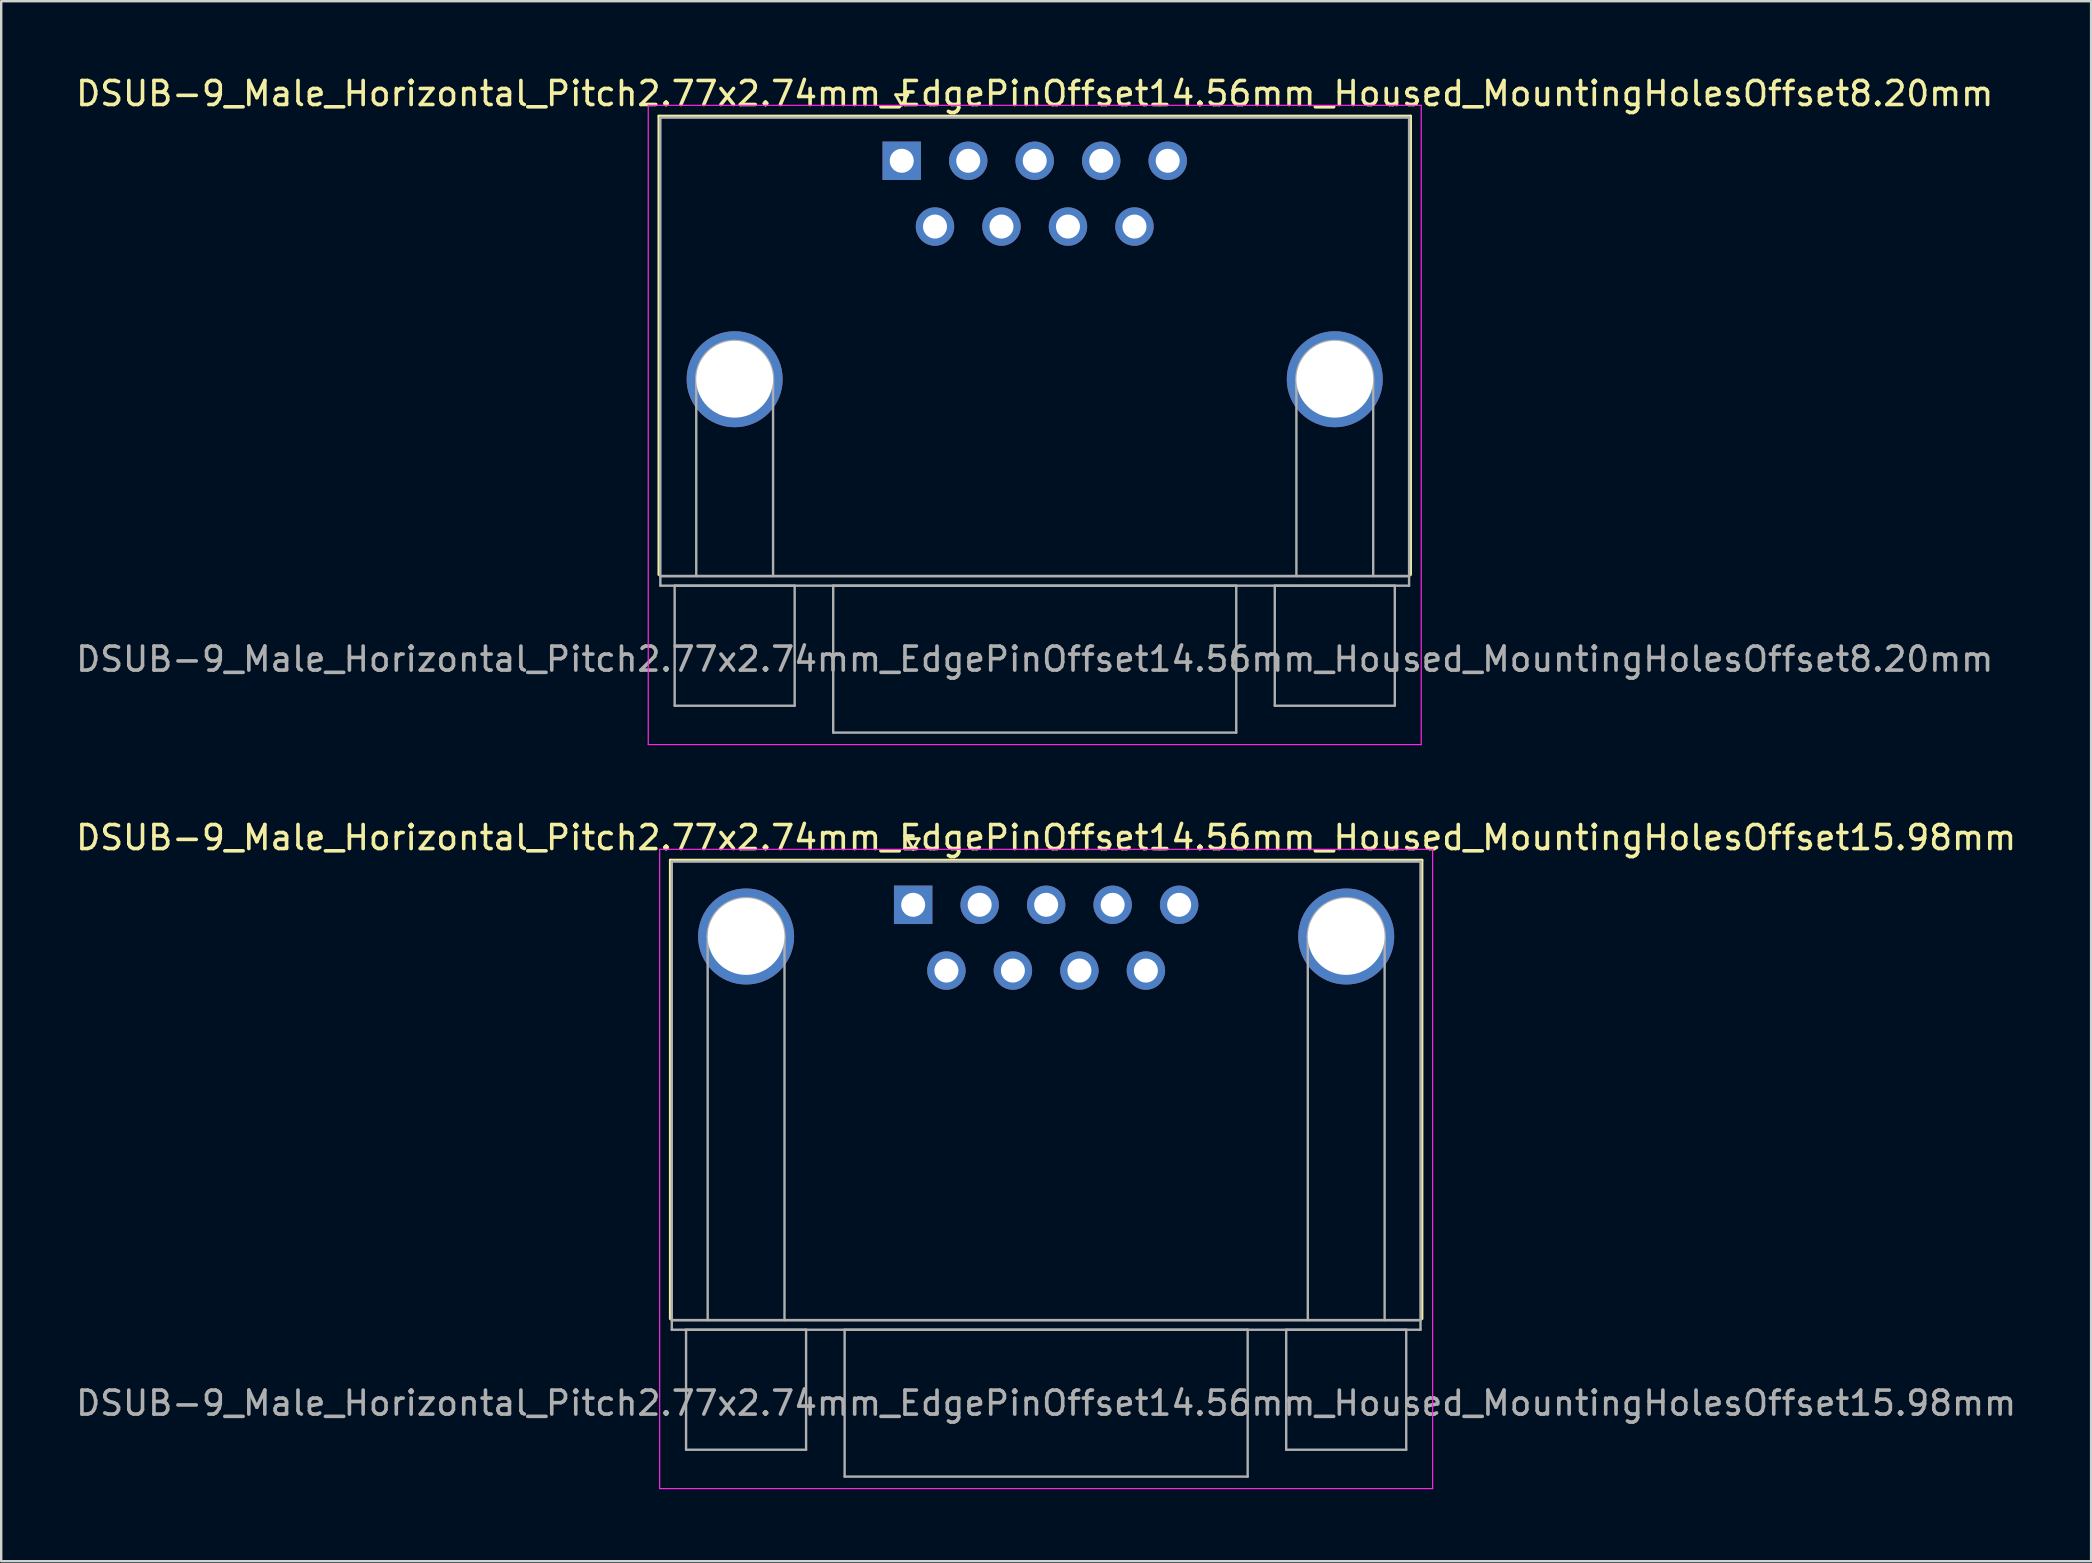
<source format=kicad_pcb>
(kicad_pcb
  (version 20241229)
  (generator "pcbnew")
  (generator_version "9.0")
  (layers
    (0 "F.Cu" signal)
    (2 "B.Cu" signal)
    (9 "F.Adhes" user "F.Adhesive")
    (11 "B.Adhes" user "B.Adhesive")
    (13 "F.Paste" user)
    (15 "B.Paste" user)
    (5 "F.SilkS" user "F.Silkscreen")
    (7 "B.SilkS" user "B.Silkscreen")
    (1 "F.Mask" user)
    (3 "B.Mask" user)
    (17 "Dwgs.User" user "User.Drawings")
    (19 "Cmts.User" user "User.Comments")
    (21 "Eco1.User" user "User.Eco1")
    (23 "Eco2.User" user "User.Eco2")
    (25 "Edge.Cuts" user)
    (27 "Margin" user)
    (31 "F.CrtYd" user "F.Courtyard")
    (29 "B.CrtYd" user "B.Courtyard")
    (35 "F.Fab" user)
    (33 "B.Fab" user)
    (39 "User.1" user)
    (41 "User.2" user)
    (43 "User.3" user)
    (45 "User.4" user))
  (footprint "DSUB-9_Male_Horizontal_Pitch2.77x2.74mm_EdgePinOffset14.56mm_Housed_MountingHolesOffset8.20mm"
    (layer "F.Cu")
    (at 34.514 3.648)
    (property "Reference" "DSUB-9_Male_Horizontal_Pitch2.77x2.74mm_EdgePinOffset14.56mm_Housed_MountingHolesOffset8.20mm" (at 5.54 -2.8 0) (layer "F.SilkS") (effects (font (size 1 1) (thickness 0.15))))
    (attr through_hole)
    (fp_line (start -10.115 -1.86) (end 21.195 -1.86) (stroke (width 0.12) (type solid)) (layer "F.SilkS"))
    (fp_line (start -10.115 17.24) (end -10.115 -1.86) (stroke (width 0.12) (type solid)) (layer "F.SilkS"))
    (fp_line (start -0.25 -2.754) (end 0.25 -2.754) (stroke (width 0.12) (type solid)) (layer "F.SilkS"))
    (fp_line (start 0 -2.321) (end -0.25 -2.754) (stroke (width 0.12) (type solid)) (layer "F.SilkS"))
    (fp_line (start 0.25 -2.754) (end 0 -2.321) (stroke (width 0.12) (type solid)) (layer "F.SilkS"))
    (fp_line (start 21.195 -1.86) (end 21.195 17.24) (stroke (width 0.12) (type solid)) (layer "F.SilkS"))
    (fp_line (start -10.56 -2.31) (end -10.56 24.32) (stroke (width 0.05) (type solid)) (layer "F.CrtYd"))
    (fp_line (start -10.56 24.32) (end 21.64 24.32) (stroke (width 0.05) (type solid)) (layer "F.CrtYd"))
    (fp_line (start 21.64 -2.31) (end -10.56 -2.31) (stroke (width 0.05) (type solid)) (layer "F.CrtYd"))
    (fp_line (start 21.64 24.32) (end 21.64 -2.31) (stroke (width 0.05) (type solid)) (layer "F.CrtYd"))
    (fp_line (start -10.055 -1.8) (end -10.055 17.3) (stroke (width 0.1) (type solid)) (layer "F.Fab"))
    (fp_line (start -10.055 17.3) (end -10.055 17.7) (stroke (width 0.1) (type solid)) (layer "F.Fab"))
    (fp_line (start -10.055 17.3) (end 21.135 17.3) (stroke (width 0.1) (type solid)) (layer "F.Fab"))
    (fp_line (start -10.055 17.7) (end 21.135 17.7) (stroke (width 0.1) (type solid)) (layer "F.Fab"))
    (fp_line (start -9.46 17.7) (end -9.46 22.7) (stroke (width 0.1) (type solid)) (layer "F.Fab"))
    (fp_line (start -9.46 22.7) (end -4.46 22.7) (stroke (width 0.1) (type solid)) (layer "F.Fab"))
    (fp_line (start -8.56 17.3) (end -8.56 9.1) (stroke (width 0.1) (type solid)) (layer "F.Fab"))
    (fp_line (start -5.36 17.3) (end -5.36 9.1) (stroke (width 0.1) (type solid)) (layer "F.Fab"))
    (fp_line (start -4.46 17.7) (end -9.46 17.7) (stroke (width 0.1) (type solid)) (layer "F.Fab"))
    (fp_line (start -4.46 22.7) (end -4.46 17.7) (stroke (width 0.1) (type solid)) (layer "F.Fab"))
    (fp_line (start -2.855 17.7) (end -2.855 23.82) (stroke (width 0.1) (type solid)) (layer "F.Fab"))
    (fp_line (start -2.855 23.82) (end 13.935 23.82) (stroke (width 0.1) (type solid)) (layer "F.Fab"))
    (fp_line (start 13.935 17.7) (end -2.855 17.7) (stroke (width 0.1) (type solid)) (layer "F.Fab"))
    (fp_line (start 13.935 23.82) (end 13.935 17.7) (stroke (width 0.1) (type solid)) (layer "F.Fab"))
    (fp_line (start 15.54 17.7) (end 15.54 22.7) (stroke (width 0.1) (type solid)) (layer "F.Fab"))
    (fp_line (start 15.54 22.7) (end 20.54 22.7) (stroke (width 0.1) (type solid)) (layer "F.Fab"))
    (fp_line (start 16.44 17.3) (end 16.44 9.1) (stroke (width 0.1) (type solid)) (layer "F.Fab"))
    (fp_line (start 19.64 17.3) (end 19.64 9.1) (stroke (width 0.1) (type solid)) (layer "F.Fab"))
    (fp_line (start 20.54 17.7) (end 15.54 17.7) (stroke (width 0.1) (type solid)) (layer "F.Fab"))
    (fp_line (start 20.54 22.7) (end 20.54 17.7) (stroke (width 0.1) (type solid)) (layer "F.Fab"))
    (fp_line (start 21.135 -1.8) (end -10.055 -1.8) (stroke (width 0.1) (type solid)) (layer "F.Fab"))
    (fp_line (start 21.135 17.3) (end -10.055 17.3) (stroke (width 0.1) (type solid)) (layer "F.Fab"))
    (fp_line (start 21.135 17.3) (end 21.135 -1.8) (stroke (width 0.1) (type solid)) (layer "F.Fab"))
    (fp_line (start 21.135 17.7) (end 21.135 17.3) (stroke (width 0.1) (type solid)) (layer "F.Fab"))
    (fp_arc (start -8.56 9.1) (mid -6.96 7.5) (end -5.36 9.1) (stroke (width 0.1) (type solid)) (layer "F.Fab"))
    (fp_arc (start 16.44 9.1) (mid 18.04 7.5) (end 19.64 9.1) (stroke (width 0.1) (type solid)) (layer "F.Fab"))
    (fp_text user "${REFERENCE}" (at 5.54 20.76 0) (layer "F.Fab") (effects (font (size 1 1) (thickness 0.15))))
    (pad "0" thru_hole circle (at -6.96 9.1) (size 4 4) (drill 3.2) (layers "*.Cu" "*.Mask"))
    (pad "0" thru_hole circle (at 18.04 9.1) (size 4 4) (drill 3.2) (layers "*.Cu" "*.Mask"))
    (pad "1" thru_hole rect (at 0 0) (size 1.6 1.6) (drill 1) (layers "*.Cu" "*.Mask"))
    (pad "2" thru_hole circle (at 2.77 0) (size 1.6 1.6) (drill 1) (layers "*.Cu" "*.Mask"))
    (pad "3" thru_hole circle (at 5.54 0) (size 1.6 1.6) (drill 1) (layers "*.Cu" "*.Mask"))
    (pad "4" thru_hole circle (at 8.31 0) (size 1.6 1.6) (drill 1) (layers "*.Cu" "*.Mask"))
    (pad "5" thru_hole circle (at 11.08 0) (size 1.6 1.6) (drill 1) (layers "*.Cu" "*.Mask"))
    (pad "6" thru_hole circle (at 1.385 2.74) (size 1.6 1.6) (drill 1) (layers "*.Cu" "*.Mask"))
    (pad "7" thru_hole circle (at 4.155 2.74) (size 1.6 1.6) (drill 1) (layers "*.Cu" "*.Mask"))
    (pad "8" thru_hole circle (at 6.925 2.74) (size 1.6 1.6) (drill 1) (layers "*.Cu" "*.Mask"))
    (pad "9" thru_hole circle (at 9.695 2.74) (size 1.6 1.6) (drill 1) (layers "*.Cu" "*.Mask")))
  (footprint "DSUB-9_Male_Horizontal_Pitch2.77x2.74mm_EdgePinOffset14.56mm_Housed_MountingHolesOffset15.98mm"
    (layer "F.Cu")
    (at 34.99 34.642)
    (property "Reference" "DSUB-9_Male_Horizontal_Pitch2.77x2.74mm_EdgePinOffset14.56mm_Housed_MountingHolesOffset15.98mm" (at 5.54 -2.8 0) (layer "F.SilkS") (effects (font (size 1 1) (thickness 0.15))))
    (attr through_hole)
    (fp_line (start -10.115 -1.86) (end 21.195 -1.86) (stroke (width 0.12) (type solid)) (layer "F.SilkS"))
    (fp_line (start -10.115 17.24) (end -10.115 -1.86) (stroke (width 0.12) (type solid)) (layer "F.SilkS"))
    (fp_line (start -0.25 -2.754) (end 0.25 -2.754) (stroke (width 0.12) (type solid)) (layer "F.SilkS"))
    (fp_line (start 0 -2.321) (end -0.25 -2.754) (stroke (width 0.12) (type solid)) (layer "F.SilkS"))
    (fp_line (start 0.25 -2.754) (end 0 -2.321) (stroke (width 0.12) (type solid)) (layer "F.SilkS"))
    (fp_line (start 21.195 -1.86) (end 21.195 17.24) (stroke (width 0.12) (type solid)) (layer "F.SilkS"))
    (fp_line (start -10.56 -2.31) (end -10.56 24.32) (stroke (width 0.05) (type solid)) (layer "F.CrtYd"))
    (fp_line (start -10.56 24.32) (end 21.64 24.32) (stroke (width 0.05) (type solid)) (layer "F.CrtYd"))
    (fp_line (start 21.64 -2.31) (end -10.56 -2.31) (stroke (width 0.05) (type solid)) (layer "F.CrtYd"))
    (fp_line (start 21.64 24.32) (end 21.64 -2.31) (stroke (width 0.05) (type solid)) (layer "F.CrtYd"))
    (fp_line (start -10.055 -1.8) (end -10.055 17.3) (stroke (width 0.1) (type solid)) (layer "F.Fab"))
    (fp_line (start -10.055 17.3) (end -10.055 17.7) (stroke (width 0.1) (type solid)) (layer "F.Fab"))
    (fp_line (start -10.055 17.3) (end 21.135 17.3) (stroke (width 0.1) (type solid)) (layer "F.Fab"))
    (fp_line (start -10.055 17.7) (end 21.135 17.7) (stroke (width 0.1) (type solid)) (layer "F.Fab"))
    (fp_line (start -9.46 17.7) (end -9.46 22.7) (stroke (width 0.1) (type solid)) (layer "F.Fab"))
    (fp_line (start -9.46 22.7) (end -4.46 22.7) (stroke (width 0.1) (type solid)) (layer "F.Fab"))
    (fp_line (start -8.56 17.3) (end -8.56 1.32) (stroke (width 0.1) (type solid)) (layer "F.Fab"))
    (fp_line (start -5.36 17.3) (end -5.36 1.32) (stroke (width 0.1) (type solid)) (layer "F.Fab"))
    (fp_line (start -4.46 17.7) (end -9.46 17.7) (stroke (width 0.1) (type solid)) (layer "F.Fab"))
    (fp_line (start -4.46 22.7) (end -4.46 17.7) (stroke (width 0.1) (type solid)) (layer "F.Fab"))
    (fp_line (start -2.855 17.7) (end -2.855 23.82) (stroke (width 0.1) (type solid)) (layer "F.Fab"))
    (fp_line (start -2.855 23.82) (end 13.935 23.82) (stroke (width 0.1) (type solid)) (layer "F.Fab"))
    (fp_line (start 13.935 17.7) (end -2.855 17.7) (stroke (width 0.1) (type solid)) (layer "F.Fab"))
    (fp_line (start 13.935 23.82) (end 13.935 17.7) (stroke (width 0.1) (type solid)) (layer "F.Fab"))
    (fp_line (start 15.54 17.7) (end 15.54 22.7) (stroke (width 0.1) (type solid)) (layer "F.Fab"))
    (fp_line (start 15.54 22.7) (end 20.54 22.7) (stroke (width 0.1) (type solid)) (layer "F.Fab"))
    (fp_line (start 16.44 17.3) (end 16.44 1.32) (stroke (width 0.1) (type solid)) (layer "F.Fab"))
    (fp_line (start 19.64 17.3) (end 19.64 1.32) (stroke (width 0.1) (type solid)) (layer "F.Fab"))
    (fp_line (start 20.54 17.7) (end 15.54 17.7) (stroke (width 0.1) (type solid)) (layer "F.Fab"))
    (fp_line (start 20.54 22.7) (end 20.54 17.7) (stroke (width 0.1) (type solid)) (layer "F.Fab"))
    (fp_line (start 21.135 -1.8) (end -10.055 -1.8) (stroke (width 0.1) (type solid)) (layer "F.Fab"))
    (fp_line (start 21.135 17.3) (end -10.055 17.3) (stroke (width 0.1) (type solid)) (layer "F.Fab"))
    (fp_line (start 21.135 17.3) (end 21.135 -1.8) (stroke (width 0.1) (type solid)) (layer "F.Fab"))
    (fp_line (start 21.135 17.7) (end 21.135 17.3) (stroke (width 0.1) (type solid)) (layer "F.Fab"))
    (fp_arc (start -8.56 1.32) (mid -6.96 -0.28) (end -5.36 1.32) (stroke (width 0.1) (type solid)) (layer "F.Fab"))
    (fp_arc (start 16.44 1.32) (mid 18.04 -0.28) (end 19.64 1.32) (stroke (width 0.1) (type solid)) (layer "F.Fab"))
    (fp_text user "${REFERENCE}" (at 5.54 20.76 0) (layer "F.Fab") (effects (font (size 1 1) (thickness 0.15))))
    (pad "0" thru_hole circle (at -6.96 1.32) (size 4 4) (drill 3.2) (layers "*.Cu" "*.Mask"))
    (pad "0" thru_hole circle (at 18.04 1.32) (size 4 4) (drill 3.2) (layers "*.Cu" "*.Mask"))
    (pad "1" thru_hole rect (at 0 0) (size 1.6 1.6) (drill 1) (layers "*.Cu" "*.Mask"))
    (pad "2" thru_hole circle (at 2.77 0) (size 1.6 1.6) (drill 1) (layers "*.Cu" "*.Mask"))
    (pad "3" thru_hole circle (at 5.54 0) (size 1.6 1.6) (drill 1) (layers "*.Cu" "*.Mask"))
    (pad "4" thru_hole circle (at 8.31 0) (size 1.6 1.6) (drill 1) (layers "*.Cu" "*.Mask"))
    (pad "5" thru_hole circle (at 11.08 0) (size 1.6 1.6) (drill 1) (layers "*.Cu" "*.Mask"))
    (pad "6" thru_hole circle (at 1.385 2.74) (size 1.6 1.6) (drill 1) (layers "*.Cu" "*.Mask"))
    (pad "7" thru_hole circle (at 4.155 2.74) (size 1.6 1.6) (drill 1) (layers "*.Cu" "*.Mask"))
    (pad "8" thru_hole circle (at 6.925 2.74) (size 1.6 1.6) (drill 1) (layers "*.Cu" "*.Mask"))
    (pad "9" thru_hole circle (at 9.695 2.74) (size 1.6 1.6) (drill 1) (layers "*.Cu" "*.Mask")))
  (gr_rect
    (start -3 -3)
    (end 84.06 61.986)
    (stroke (width 0.1) (type default))
    (fill no)
    (layer "Edge.Cuts")))
</source>
